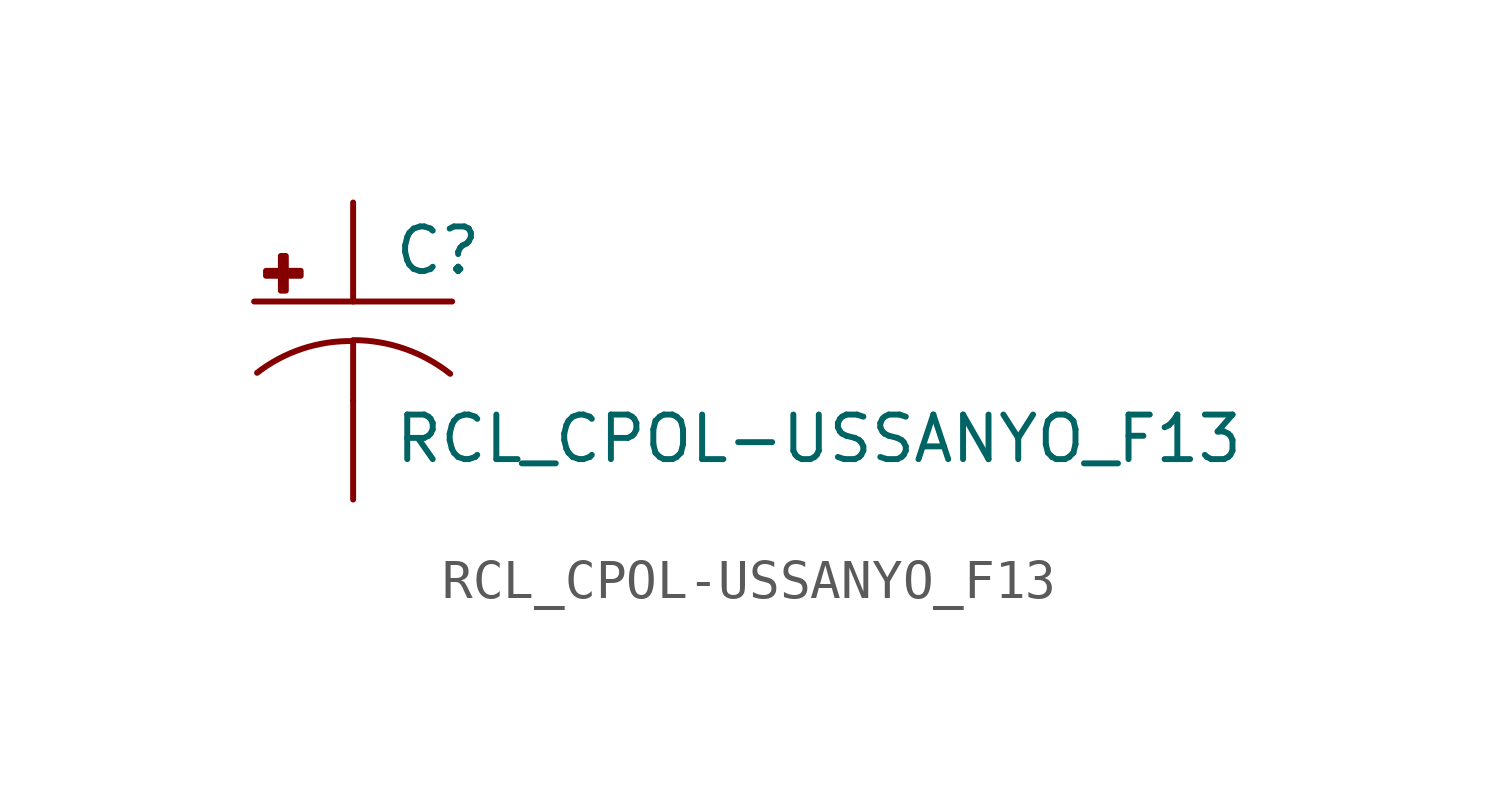
<source format=kicad_sym>
(kicad_symbol_lib
  (version 20210619)
  (generator kicad_symbol_editor)
  (symbol "RCL_CPOL-USSANYO_F13"
    (pin_numbers hide)
    (pin_names
      (offset 1.016) hide)
    (property "Reference" "C"
      (at 1.016 0.635 0)
      (effects (font (size 1.143 1.143)) (justify left bottom)))
    (property "Value" "RCL_CPOL-USSANYO_F13"
      (at 1.016 -4.191 0)
      (effects (font (size 1.143 1.143)) (justify left bottom)))
    (property "ki_locked" ""
      (at 0 0 0)
      (effects (font (size 1.27 1.27))))
    (symbol "RCL_CPOL-USSANYO_F13_1_0"
      (polyline (pts (xy -2.54 0) (xy 2.54 0)) (stroke (width 0)) (fill (type none)))
      (polyline (pts (xy 0 -1.016) (xy 0 -2.54)) (stroke (width 0)) (fill (type none)))
      (polyline (pts (xy 0 -1.016) (xy 0 -1.016)) (stroke (width 0)) (fill (type none))))
    (symbol "RCL_CPOL-USSANYO_F13_1_1"
      (arc (start 0 -1.016) (end -2.4638 -1.8288) (radius (at 0 -5.0546) (length 4.0386) (angles 90.1 127.3)) (stroke (width 0)) (fill (type none)))
      (arc (start 2.4892 -1.8542) (end 0 -0.9906) (radius (at 0 -5.0292) (length 4.0386) (angles 52.3 89.9)) (stroke (width 0)) (fill (type none)))
      (rectangle (start -2.235 0.66) (end -1.346 0.787) (stroke (width 0)) (fill (type outline)))
      (rectangle (start -1.854 0.279) (end -1.727 1.168) (stroke (width 0)) (fill (type outline)))
      (pin passive line (at 0 2.54 270) (length 2.54) (name "+" (effects (font (size 1.016 1.016)))) (number "+" (effects (font (size 1.016 1.016)))))
      (pin passive line (at 0 -5.08 90) (length 2.54) (name "-" (effects (font (size 1.016 1.016)))) (number "-" (effects (font (size 1.016 1.016))))))))
</source>
